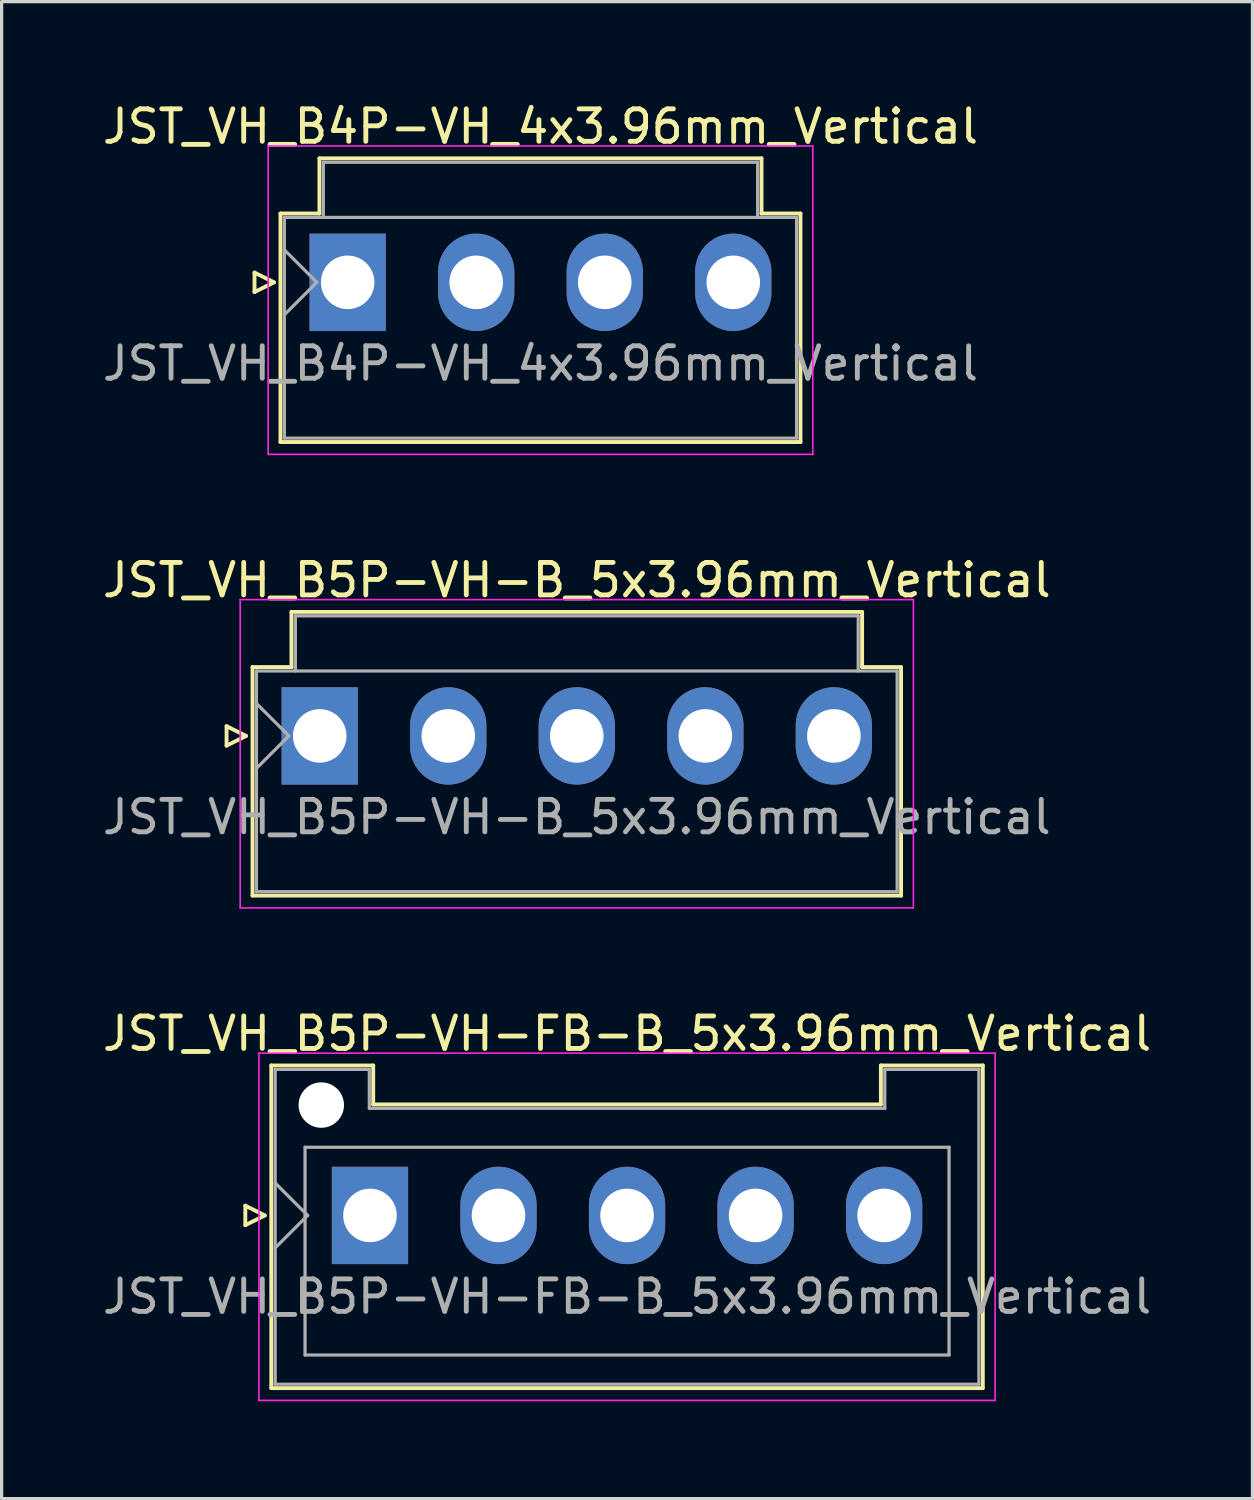
<source format=kicad_pcb>
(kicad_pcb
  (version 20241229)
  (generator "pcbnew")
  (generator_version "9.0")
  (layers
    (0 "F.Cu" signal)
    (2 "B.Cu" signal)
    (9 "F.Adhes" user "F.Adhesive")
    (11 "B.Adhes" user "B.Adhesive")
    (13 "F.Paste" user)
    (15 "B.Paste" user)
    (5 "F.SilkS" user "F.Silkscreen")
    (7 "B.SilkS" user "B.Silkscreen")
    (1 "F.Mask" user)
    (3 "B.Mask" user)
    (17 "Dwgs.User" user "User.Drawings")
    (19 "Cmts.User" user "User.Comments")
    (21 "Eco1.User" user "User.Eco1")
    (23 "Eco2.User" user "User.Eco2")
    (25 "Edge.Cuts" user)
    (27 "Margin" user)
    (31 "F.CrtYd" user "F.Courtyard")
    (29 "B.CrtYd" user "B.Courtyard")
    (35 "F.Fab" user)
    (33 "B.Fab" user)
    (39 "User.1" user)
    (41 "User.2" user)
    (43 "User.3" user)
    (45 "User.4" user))
  (footprint "JST_VH_B5P-VH-FB-B_5x3.96mm_Vertical"
    (layer "F.Cu")
    (at 8.348 34.395)
    (property "Reference" "JST_VH_B5P-VH-FB-B_5x3.96mm_Vertical" (at 7.92 -5.6 0) (layer "F.SilkS") (effects (font (size 1 1) (thickness 0.15))))
    (attr through_hole)
    (fp_line (start -3.84 -0.3) (end -3.24 0) (stroke (width 0.12) (type solid)) (layer "F.SilkS"))
    (fp_line (start -3.84 0.3) (end -3.84 -0.3) (stroke (width 0.12) (type solid)) (layer "F.SilkS"))
    (fp_line (start -3.24 0) (end -3.84 0.3) (stroke (width 0.12) (type solid)) (layer "F.SilkS"))
    (fp_line (start -3.04 -4.62) (end 0.1 -4.62) (stroke (width 0.12) (type solid)) (layer "F.SilkS"))
    (fp_line (start -3.04 5.32) (end -3.04 -4.62) (stroke (width 0.12) (type solid)) (layer "F.SilkS"))
    (fp_line (start 0.1 -4.62) (end 0.1 -3.42) (stroke (width 0.12) (type solid)) (layer "F.SilkS"))
    (fp_line (start 0.1 -3.42) (end 15.74 -3.42) (stroke (width 0.12) (type solid)) (layer "F.SilkS"))
    (fp_line (start 15.74 -4.62) (end 18.88 -4.62) (stroke (width 0.12) (type solid)) (layer "F.SilkS"))
    (fp_line (start 15.74 -3.42) (end 15.74 -4.62) (stroke (width 0.12) (type solid)) (layer "F.SilkS"))
    (fp_line (start 18.88 -4.62) (end 18.88 5.32) (stroke (width 0.12) (type solid)) (layer "F.SilkS"))
    (fp_line (start 18.88 5.32) (end -3.04 5.32) (stroke (width 0.12) (type solid)) (layer "F.SilkS"))
    (fp_line (start -3.42 -5) (end -3.42 5.7) (stroke (width 0.05) (type solid)) (layer "F.CrtYd"))
    (fp_line (start -3.42 5.7) (end 19.26 5.7) (stroke (width 0.05) (type solid)) (layer "F.CrtYd"))
    (fp_line (start 19.26 -5) (end -3.42 -5) (stroke (width 0.05) (type solid)) (layer "F.CrtYd"))
    (fp_line (start 19.26 5.7) (end 19.26 -5) (stroke (width 0.05) (type solid)) (layer "F.CrtYd"))
    (fp_line (start -2.92 -4.5) (end -0.02 -4.5) (stroke (width 0.1) (type solid)) (layer "F.Fab"))
    (fp_line (start -2.92 -1) (end -1.92 0) (stroke (width 0.1) (type solid)) (layer "F.Fab"))
    (fp_line (start -2.92 1) (end -1.92 0) (stroke (width 0.1) (type solid)) (layer "F.Fab"))
    (fp_line (start -2.92 5.2) (end -2.92 -4.5) (stroke (width 0.1) (type solid)) (layer "F.Fab"))
    (fp_line (start -2 -2.1) (end 17.84 -2.1) (stroke (width 0.1) (type solid)) (layer "F.Fab"))
    (fp_line (start -2 4.3) (end -2 -2.1) (stroke (width 0.1) (type solid)) (layer "F.Fab"))
    (fp_line (start -0.02 -4.5) (end -0.02 -3.3) (stroke (width 0.1) (type solid)) (layer "F.Fab"))
    (fp_line (start -0.02 -3.3) (end 15.86 -3.3) (stroke (width 0.1) (type solid)) (layer "F.Fab"))
    (fp_line (start 15.86 -4.5) (end 18.76 -4.5) (stroke (width 0.1) (type solid)) (layer "F.Fab"))
    (fp_line (start 15.86 -3.3) (end 15.86 -4.5) (stroke (width 0.1) (type solid)) (layer "F.Fab"))
    (fp_line (start 17.84 -2.1) (end 17.84 4.3) (stroke (width 0.1) (type solid)) (layer "F.Fab"))
    (fp_line (start 17.84 4.3) (end -2 4.3) (stroke (width 0.1) (type solid)) (layer "F.Fab"))
    (fp_line (start 18.76 -4.5) (end 18.76 5.2) (stroke (width 0.1) (type solid)) (layer "F.Fab"))
    (fp_line (start 18.76 5.2) (end -2.92 5.2) (stroke (width 0.1) (type solid)) (layer "F.Fab"))
    (fp_text user "${REFERENCE}" (at 7.92 2.5 0) (layer "F.Fab") (effects (font (size 1 1) (thickness 0.15))))
    (pad "" np_thru_hole circle (at -1.5 -3.4) (size 1.4 1.4) (drill 1.4) (layers "*.Cu" "*.Mask"))
    (pad "1" thru_hole rect (at 0 0) (size 2.35 3) (drill 1.65) (layers "*.Cu" "*.Mask"))
    (pad "2" thru_hole oval (at 3.96 0) (size 2.35 3) (drill 1.65) (layers "*.Cu" "*.Mask"))
    (pad "3" thru_hole oval (at 7.92 0) (size 2.35 3) (drill 1.65) (layers "*.Cu" "*.Mask"))
    (pad "4" thru_hole oval (at 11.88 0) (size 2.35 3) (drill 1.65) (layers "*.Cu" "*.Mask"))
    (pad "5" thru_hole oval (at 15.84 0) (size 2.35 3) (drill 1.65) (layers "*.Cu" "*.Mask")))
  (footprint "JST_VH_B5P-VH-B_5x3.96mm_Vertical"
    (layer "F.Cu")
    (at 6.8 19.622)
    (property "Reference" "JST_VH_B5P-VH-B_5x3.96mm_Vertical" (at 7.92 -4.8 0) (layer "F.SilkS") (effects (font (size 1 1) (thickness 0.15))))
    (attr through_hole)
    (fp_line (start -2.87 -0.3) (end -2.27 0) (stroke (width 0.12) (type solid)) (layer "F.SilkS"))
    (fp_line (start -2.87 0.3) (end -2.87 -0.3) (stroke (width 0.12) (type solid)) (layer "F.SilkS"))
    (fp_line (start -2.27 0) (end -2.87 0.3) (stroke (width 0.12) (type solid)) (layer "F.SilkS"))
    (fp_line (start -2.07 -2.12) (end -0.87 -2.12) (stroke (width 0.12) (type solid)) (layer "F.SilkS"))
    (fp_line (start -2.07 4.92) (end -2.07 -2.12) (stroke (width 0.12) (type solid)) (layer "F.SilkS"))
    (fp_line (start -0.87 -3.82) (end 16.71 -3.82) (stroke (width 0.12) (type solid)) (layer "F.SilkS"))
    (fp_line (start -0.87 -2.12) (end -0.87 -3.82) (stroke (width 0.12) (type solid)) (layer "F.SilkS"))
    (fp_line (start 16.71 -3.82) (end 16.71 -2.12) (stroke (width 0.12) (type solid)) (layer "F.SilkS"))
    (fp_line (start 16.71 -2.12) (end 17.91 -2.12) (stroke (width 0.12) (type solid)) (layer "F.SilkS"))
    (fp_line (start 17.91 -2.12) (end 17.91 4.92) (stroke (width 0.12) (type solid)) (layer "F.SilkS"))
    (fp_line (start 17.91 4.92) (end -2.07 4.92) (stroke (width 0.12) (type solid)) (layer "F.SilkS"))
    (fp_line (start -2.45 -4.2) (end -2.45 5.3) (stroke (width 0.05) (type solid)) (layer "F.CrtYd"))
    (fp_line (start -2.45 5.3) (end 18.29 5.3) (stroke (width 0.05) (type solid)) (layer "F.CrtYd"))
    (fp_line (start 18.29 -4.2) (end -2.45 -4.2) (stroke (width 0.05) (type solid)) (layer "F.CrtYd"))
    (fp_line (start 18.29 5.3) (end 18.29 -4.2) (stroke (width 0.05) (type solid)) (layer "F.CrtYd"))
    (fp_line (start -1.95 -2) (end -1.95 4.8) (stroke (width 0.1) (type solid)) (layer "F.Fab"))
    (fp_line (start -1.95 -1) (end -0.95 0) (stroke (width 0.1) (type solid)) (layer "F.Fab"))
    (fp_line (start -1.95 1) (end -0.95 0) (stroke (width 0.1) (type solid)) (layer "F.Fab"))
    (fp_line (start -1.95 4.8) (end 17.79 4.8) (stroke (width 0.1) (type solid)) (layer "F.Fab"))
    (fp_line (start -0.75 -3.7) (end 16.59 -3.7) (stroke (width 0.1) (type solid)) (layer "F.Fab"))
    (fp_line (start -0.75 -2) (end -0.75 -3.7) (stroke (width 0.1) (type solid)) (layer "F.Fab"))
    (fp_line (start 16.59 -3.7) (end 16.59 -2) (stroke (width 0.1) (type solid)) (layer "F.Fab"))
    (fp_line (start 17.79 -2) (end -1.95 -2) (stroke (width 0.1) (type solid)) (layer "F.Fab"))
    (fp_line (start 17.79 4.8) (end 17.79 -2) (stroke (width 0.1) (type solid)) (layer "F.Fab"))
    (fp_text user "${REFERENCE}" (at 7.92 2.5 0) (layer "F.Fab") (effects (font (size 1 1) (thickness 0.15))))
    (pad "1" thru_hole rect (at 0 0) (size 2.35 3) (drill 1.65) (layers "*.Cu" "*.Mask"))
    (pad "2" thru_hole oval (at 3.96 0) (size 2.35 3) (drill 1.65) (layers "*.Cu" "*.Mask"))
    (pad "3" thru_hole oval (at 7.92 0) (size 2.35 3) (drill 1.65) (layers "*.Cu" "*.Mask"))
    (pad "4" thru_hole oval (at 11.88 0) (size 2.35 3) (drill 1.65) (layers "*.Cu" "*.Mask"))
    (pad "5" thru_hole oval (at 15.84 0) (size 2.35 3) (drill 1.65) (layers "*.Cu" "*.Mask")))
  (footprint "JST_VH_B4P-VH_4x3.96mm_Vertical"
    (layer "F.Cu")
    (at 7.661 5.648)
    (property "Reference" "JST_VH_B4P-VH_4x3.96mm_Vertical" (at 5.94 -4.8 0) (layer "F.SilkS") (effects (font (size 1 1) (thickness 0.15))))
    (attr through_hole)
    (fp_line (start -2.87 -0.3) (end -2.27 0) (stroke (width 0.12) (type solid)) (layer "F.SilkS"))
    (fp_line (start -2.87 0.3) (end -2.87 -0.3) (stroke (width 0.12) (type solid)) (layer "F.SilkS"))
    (fp_line (start -2.27 0) (end -2.87 0.3) (stroke (width 0.12) (type solid)) (layer "F.SilkS"))
    (fp_line (start -2.07 -2.12) (end -0.87 -2.12) (stroke (width 0.12) (type solid)) (layer "F.SilkS"))
    (fp_line (start -2.07 4.92) (end -2.07 -2.12) (stroke (width 0.12) (type solid)) (layer "F.SilkS"))
    (fp_line (start -0.87 -3.82) (end 12.75 -3.82) (stroke (width 0.12) (type solid)) (layer "F.SilkS"))
    (fp_line (start -0.87 -2.12) (end -0.87 -3.82) (stroke (width 0.12) (type solid)) (layer "F.SilkS"))
    (fp_line (start 12.75 -3.82) (end 12.75 -2.12) (stroke (width 0.12) (type solid)) (layer "F.SilkS"))
    (fp_line (start 12.75 -2.12) (end 13.95 -2.12) (stroke (width 0.12) (type solid)) (layer "F.SilkS"))
    (fp_line (start 13.95 -2.12) (end 13.95 4.92) (stroke (width 0.12) (type solid)) (layer "F.SilkS"))
    (fp_line (start 13.95 4.92) (end -2.07 4.92) (stroke (width 0.12) (type solid)) (layer "F.SilkS"))
    (fp_line (start -2.45 -4.2) (end -2.45 5.3) (stroke (width 0.05) (type solid)) (layer "F.CrtYd"))
    (fp_line (start -2.45 5.3) (end 14.33 5.3) (stroke (width 0.05) (type solid)) (layer "F.CrtYd"))
    (fp_line (start 14.33 -4.2) (end -2.45 -4.2) (stroke (width 0.05) (type solid)) (layer "F.CrtYd"))
    (fp_line (start 14.33 5.3) (end 14.33 -4.2) (stroke (width 0.05) (type solid)) (layer "F.CrtYd"))
    (fp_line (start -1.95 -2) (end -1.95 4.8) (stroke (width 0.1) (type solid)) (layer "F.Fab"))
    (fp_line (start -1.95 -1) (end -0.95 0) (stroke (width 0.1) (type solid)) (layer "F.Fab"))
    (fp_line (start -1.95 1) (end -0.95 0) (stroke (width 0.1) (type solid)) (layer "F.Fab"))
    (fp_line (start -1.95 4.8) (end 13.83 4.8) (stroke (width 0.1) (type solid)) (layer "F.Fab"))
    (fp_line (start -0.75 -3.7) (end 12.63 -3.7) (stroke (width 0.1) (type solid)) (layer "F.Fab"))
    (fp_line (start -0.75 -2) (end -0.75 -3.7) (stroke (width 0.1) (type solid)) (layer "F.Fab"))
    (fp_line (start 12.63 -3.7) (end 12.63 -2) (stroke (width 0.1) (type solid)) (layer "F.Fab"))
    (fp_line (start 13.83 -2) (end -1.95 -2) (stroke (width 0.1) (type solid)) (layer "F.Fab"))
    (fp_line (start 13.83 4.8) (end 13.83 -2) (stroke (width 0.1) (type solid)) (layer "F.Fab"))
    (fp_text user "${REFERENCE}" (at 5.94 2.5 0) (layer "F.Fab") (effects (font (size 1 1) (thickness 0.15))))
    (pad "1" thru_hole rect (at 0 0) (size 2.35 3) (drill 1.65) (layers "*.Cu" "*.Mask"))
    (pad "2" thru_hole oval (at 3.96 0) (size 2.35 3) (drill 1.65) (layers "*.Cu" "*.Mask"))
    (pad "3" thru_hole oval (at 7.92 0) (size 2.35 3) (drill 1.65) (layers "*.Cu" "*.Mask"))
    (pad "4" thru_hole oval (at 11.88 0) (size 2.35 3) (drill 1.65) (layers "*.Cu" "*.Mask")))
  (gr_rect
    (start -3 -3)
    (end 35.536 43.12)
    (stroke (width 0.1) (type default))
    (fill no)
    (layer "Edge.Cuts")))
</source>
